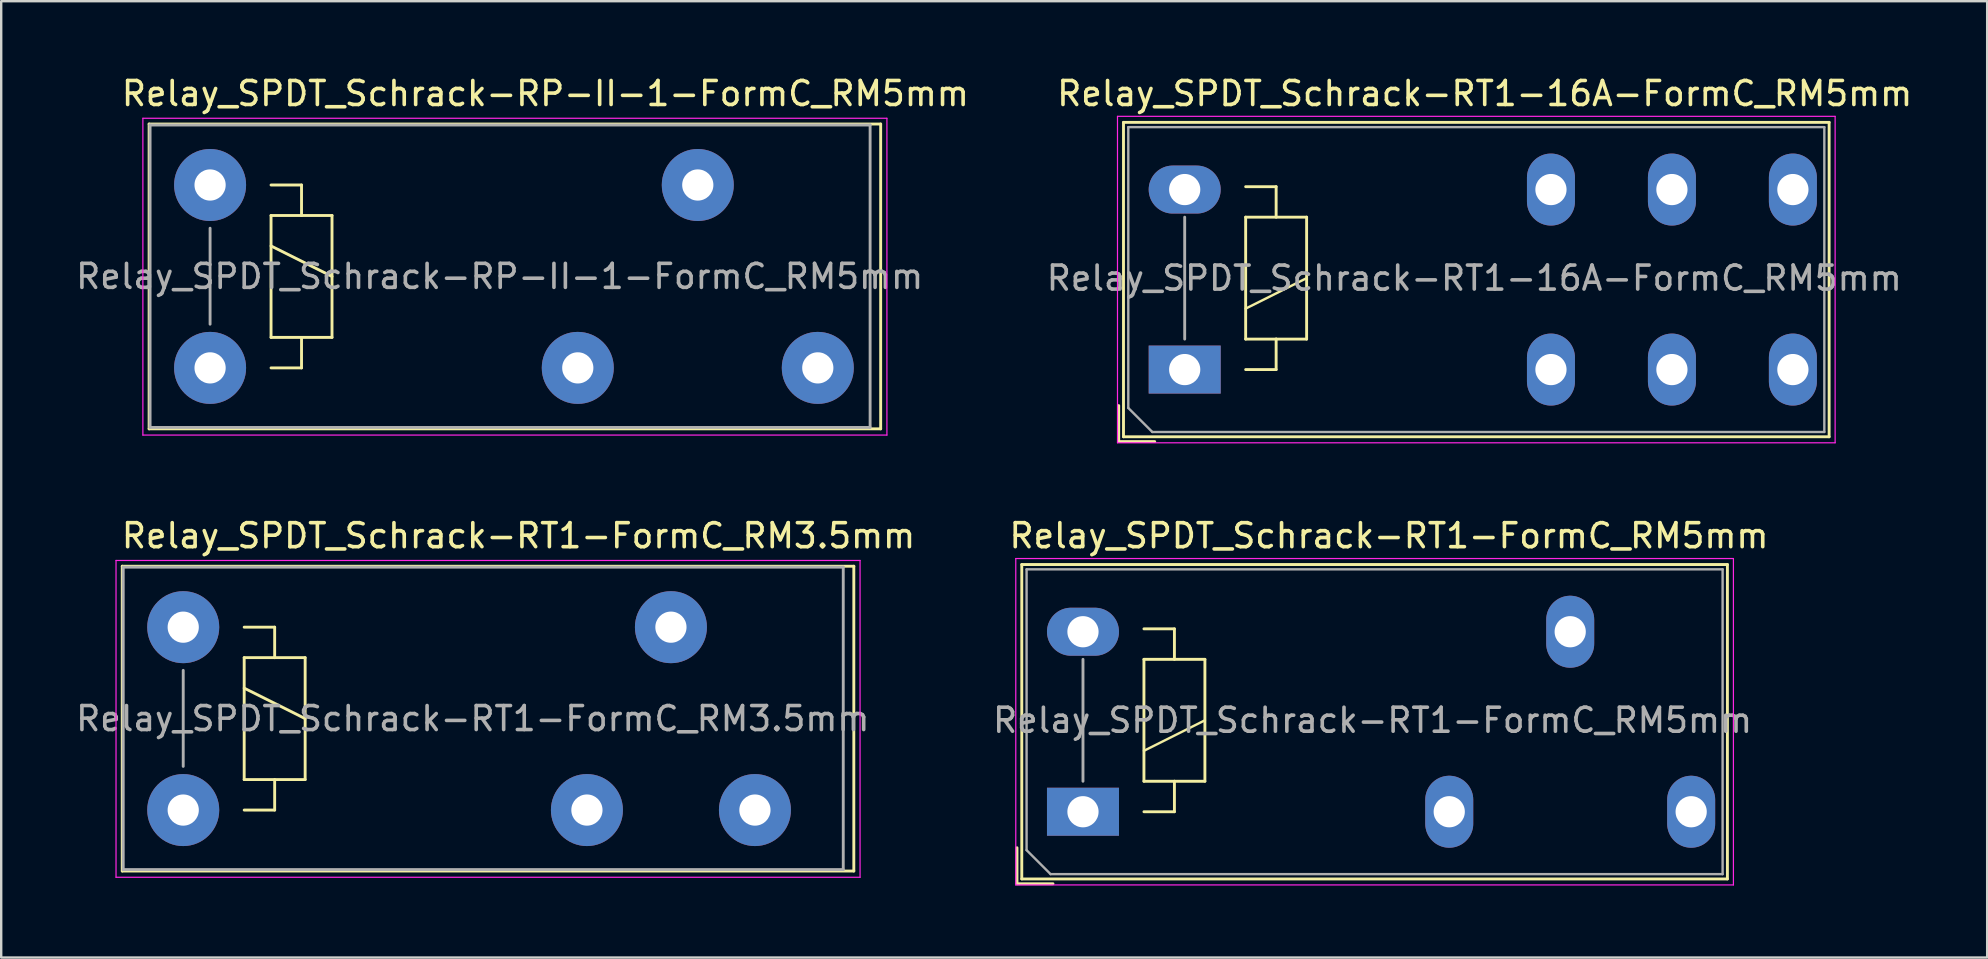
<source format=kicad_pcb>
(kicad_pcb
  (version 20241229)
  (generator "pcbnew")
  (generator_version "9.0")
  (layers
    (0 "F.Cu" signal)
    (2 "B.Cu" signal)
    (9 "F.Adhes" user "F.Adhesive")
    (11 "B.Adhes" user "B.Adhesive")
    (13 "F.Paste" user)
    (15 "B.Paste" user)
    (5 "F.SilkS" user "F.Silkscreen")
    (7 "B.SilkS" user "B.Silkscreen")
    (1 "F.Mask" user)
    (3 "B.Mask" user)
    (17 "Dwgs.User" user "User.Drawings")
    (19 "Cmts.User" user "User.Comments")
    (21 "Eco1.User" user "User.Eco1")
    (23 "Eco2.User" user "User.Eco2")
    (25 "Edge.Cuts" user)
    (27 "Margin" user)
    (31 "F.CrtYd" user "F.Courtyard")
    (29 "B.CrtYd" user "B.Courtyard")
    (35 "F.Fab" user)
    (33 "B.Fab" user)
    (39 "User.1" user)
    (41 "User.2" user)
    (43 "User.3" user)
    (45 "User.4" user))
  (footprint "Relay_SPDT_Schrack-RT1-16A-FormC_RM5mm"
    (layer "F.Cu")
    (at 46.31 12.348)
    (property "Reference" "Relay_SPDT_Schrack-RT1-16A-FormC_RM5mm" (at 12.5 -11.5 0) (layer "F.SilkS") (effects (font (size 1 1) (thickness 0.15))))
    (attr through_hole)
    (fp_line (start -2.75 1.5) (end -2.75 3) (stroke (width 0.12) (type solid)) (layer "F.SilkS"))
    (fp_line (start -2.75 3) (end -1.25 3) (stroke (width 0.12) (type solid)) (layer "F.SilkS"))
    (fp_line (start -2.55 -10.3) (end -2.55 2.8) (stroke (width 0.12) (type solid)) (layer "F.SilkS"))
    (fp_line (start -2.55 2.8) (end 26.85 2.8) (stroke (width 0.12) (type solid)) (layer "F.SilkS"))
    (fp_line (start 2.54 -6.35) (end 2.54 -1.27) (stroke (width 0.12) (type solid)) (layer "F.SilkS"))
    (fp_line (start 2.54 -2.54) (end 5.08 -3.81) (stroke (width 0.1) (type solid)) (layer "F.SilkS"))
    (fp_line (start 2.54 -1.27) (end 3.81 -1.27) (stroke (width 0.12) (type solid)) (layer "F.SilkS"))
    (fp_line (start 2.54 0) (end 3.81 0) (stroke (width 0.12) (type solid)) (layer "F.SilkS"))
    (fp_line (start 3.81 -7.62) (end 2.54 -7.62) (stroke (width 0.12) (type solid)) (layer "F.SilkS"))
    (fp_line (start 3.81 -6.35) (end 3.81 -7.62) (stroke (width 0.12) (type solid)) (layer "F.SilkS"))
    (fp_line (start 3.81 -1.27) (end 5.08 -1.27) (stroke (width 0.12) (type solid)) (layer "F.SilkS"))
    (fp_line (start 3.81 0) (end 3.81 -1.27) (stroke (width 0.12) (type solid)) (layer "F.SilkS"))
    (fp_line (start 5.08 -6.35) (end 2.54 -6.35) (stroke (width 0.12) (type solid)) (layer "F.SilkS"))
    (fp_line (start 5.08 -1.27) (end 5.08 -6.35) (stroke (width 0.12) (type solid)) (layer "F.SilkS"))
    (fp_line (start 26.85 -10.3) (end -2.55 -10.3) (stroke (width 0.12) (type solid)) (layer "F.SilkS"))
    (fp_line (start 26.85 2.8) (end 26.85 -10.3) (stroke (width 0.12) (type solid)) (layer "F.SilkS"))
    (fp_line (start -2.8 -10.55) (end -2.8 3.05) (stroke (width 0.05) (type solid)) (layer "F.CrtYd"))
    (fp_line (start -2.8 3.05) (end 27.1 3.05) (stroke (width 0.05) (type solid)) (layer "F.CrtYd"))
    (fp_line (start 27.1 -10.55) (end -2.8 -10.55) (stroke (width 0.05) (type solid)) (layer "F.CrtYd"))
    (fp_line (start 27.1 3.05) (end 27.1 -10.55) (stroke (width 0.05) (type solid)) (layer "F.CrtYd"))
    (fp_line (start -2.35 -10.1) (end -2.35 1.6) (stroke (width 0.1) (type solid)) (layer "F.Fab"))
    (fp_line (start -2.35 1.6) (end -1.35 2.6) (stroke (width 0.1) (type solid)) (layer "F.Fab"))
    (fp_line (start -1.35 2.6) (end 26.65 2.6) (stroke (width 0.1) (type solid)) (layer "F.Fab"))
    (fp_line (start 0 -1.27) (end 0 -6.35) (stroke (width 0.12) (type solid)) (layer "F.Fab"))
    (fp_line (start 26.65 -10.1) (end -2.35 -10.1) (stroke (width 0.1) (type solid)) (layer "F.Fab"))
    (fp_line (start 26.65 2.6) (end 26.65 -10.1) (stroke (width 0.1) (type solid)) (layer "F.Fab"))
    (fp_text user "${REFERENCE}" (at 12.065 -3.81 180) (layer "F.Fab") (effects (font (size 1 1) (thickness 0.15))))
    (pad "11" thru_hole oval (at 20.3 -7.5 180) (size 2 3) (drill 1.3) (layers "*.Cu" "*.Mask"))
    (pad "11" thru_hole oval (at 20.3 0 180) (size 2 3) (drill 1.3) (layers "*.Cu" "*.Mask"))
    (pad "12" thru_hole oval (at 15.26 -7.5 180) (size 2 3) (drill 1.3) (layers "*.Cu" "*.Mask"))
    (pad "12" thru_hole oval (at 15.26 0 180) (size 2 3) (drill 1.3) (layers "*.Cu" "*.Mask"))
    (pad "14" thru_hole oval (at 25.34 -7.5 180) (size 2 3) (drill 1.3) (layers "*.Cu" "*.Mask"))
    (pad "14" thru_hole oval (at 25.34 0 180) (size 2 3) (drill 1.3) (layers "*.Cu" "*.Mask"))
    (pad "A1" thru_hole rect (at 0 0 180) (size 3 2) (drill 1.3) (layers "*.Cu" "*.Mask"))
    (pad "A2" thru_hole oval (at 0 -7.5 180) (size 3 2) (drill 1.3) (layers "*.Cu" "*.Mask")))
  (footprint "Relay_SPDT_Schrack-RT1-FormC_RM5mm"
    (layer "F.Cu")
    (at 42.072 30.771)
    (property "Reference" "Relay_SPDT_Schrack-RT1-FormC_RM5mm" (at 12.75 -11.5 0) (layer "F.SilkS") (effects (font (size 1 1) (thickness 0.15))))
    (attr through_hole)
    (fp_line (start -2.75 1.5) (end -2.75 3) (stroke (width 0.12) (type solid)) (layer "F.SilkS"))
    (fp_line (start -2.75 3) (end -1.25 3) (stroke (width 0.12) (type solid)) (layer "F.SilkS"))
    (fp_line (start -2.55 -10.3) (end -2.55 2.8) (stroke (width 0.12) (type solid)) (layer "F.SilkS"))
    (fp_line (start -2.55 2.8) (end 26.85 2.8) (stroke (width 0.12) (type solid)) (layer "F.SilkS"))
    (fp_line (start 2.54 -6.35) (end 2.54 -1.27) (stroke (width 0.12) (type solid)) (layer "F.SilkS"))
    (fp_line (start 2.54 -2.54) (end 5.08 -3.81) (stroke (width 0.1) (type solid)) (layer "F.SilkS"))
    (fp_line (start 2.54 -1.27) (end 3.81 -1.27) (stroke (width 0.12) (type solid)) (layer "F.SilkS"))
    (fp_line (start 2.54 0) (end 3.81 0) (stroke (width 0.12) (type solid)) (layer "F.SilkS"))
    (fp_line (start 3.81 -7.62) (end 2.54 -7.62) (stroke (width 0.12) (type solid)) (layer "F.SilkS"))
    (fp_line (start 3.81 -6.35) (end 3.81 -7.62) (stroke (width 0.12) (type solid)) (layer "F.SilkS"))
    (fp_line (start 3.81 -1.27) (end 5.08 -1.27) (stroke (width 0.12) (type solid)) (layer "F.SilkS"))
    (fp_line (start 3.81 0) (end 3.81 -1.27) (stroke (width 0.12) (type solid)) (layer "F.SilkS"))
    (fp_line (start 5.08 -6.35) (end 2.54 -6.35) (stroke (width 0.12) (type solid)) (layer "F.SilkS"))
    (fp_line (start 5.08 -1.27) (end 5.08 -6.35) (stroke (width 0.12) (type solid)) (layer "F.SilkS"))
    (fp_line (start 26.85 -10.3) (end -2.55 -10.3) (stroke (width 0.12) (type solid)) (layer "F.SilkS"))
    (fp_line (start 26.85 2.8) (end 26.85 -10.3) (stroke (width 0.12) (type solid)) (layer "F.SilkS"))
    (fp_line (start -2.8 -10.55) (end -2.8 3.05) (stroke (width 0.05) (type solid)) (layer "F.CrtYd"))
    (fp_line (start -2.8 3.05) (end 27.1 3.05) (stroke (width 0.05) (type solid)) (layer "F.CrtYd"))
    (fp_line (start 27.1 -10.55) (end -2.8 -10.55) (stroke (width 0.05) (type solid)) (layer "F.CrtYd"))
    (fp_line (start 27.1 3.05) (end 27.1 -10.55) (stroke (width 0.05) (type solid)) (layer "F.CrtYd"))
    (fp_line (start -2.35 -10.1) (end -2.35 1.6) (stroke (width 0.1) (type solid)) (layer "F.Fab"))
    (fp_line (start -2.35 1.6) (end -1.35 2.6) (stroke (width 0.1) (type solid)) (layer "F.Fab"))
    (fp_line (start -1.35 2.6) (end 26.65 2.6) (stroke (width 0.1) (type solid)) (layer "F.Fab"))
    (fp_line (start 0 -1.27) (end 0 -6.35) (stroke (width 0.12) (type solid)) (layer "F.Fab"))
    (fp_line (start 26.65 -10.1) (end -2.35 -10.1) (stroke (width 0.1) (type solid)) (layer "F.Fab"))
    (fp_line (start 26.65 2.6) (end 26.65 -10.1) (stroke (width 0.1) (type solid)) (layer "F.Fab"))
    (fp_text user "${REFERENCE}" (at 12.065 -3.81 180) (layer "F.Fab") (effects (font (size 1 1) (thickness 0.15))))
    (pad "11" thru_hole oval (at 20.3 -7.5 180) (size 2 3) (drill 1.3) (layers "*.Cu" "*.Mask"))
    (pad "12" thru_hole oval (at 15.26 0 180) (size 2 3) (drill 1.3) (layers "*.Cu" "*.Mask"))
    (pad "14" thru_hole oval (at 25.34 0 180) (size 2 3) (drill 1.3) (layers "*.Cu" "*.Mask"))
    (pad "A1" thru_hole rect (at 0 0 180) (size 3 2) (drill 1.3) (layers "*.Cu" "*.Mask"))
    (pad "A2" thru_hole oval (at 0 -7.5 180) (size 3 2) (drill 1.3) (layers "*.Cu" "*.Mask")))
  (footprint "Relay_SPDT_Schrack-RP-II-1-FormC_RM5mm"
    (layer "F.Cu")
    (at 5.703 4.658)
    (property "Reference" "Relay_SPDT_Schrack-RP-II-1-FormC_RM5mm" (at 13.97 -3.81 0) (layer "F.SilkS") (effects (font (size 1 1) (thickness 0.15))))
    (attr through_hole)
    (fp_line (start -2.54 -2.54) (end 27.94 -2.54) (stroke (width 0.12) (type solid)) (layer "F.SilkS"))
    (fp_line (start -2.54 10.16) (end -2.54 -2.54) (stroke (width 0.12) (type solid)) (layer "F.SilkS"))
    (fp_line (start 2.54 0) (end 3.81 0) (stroke (width 0.12) (type solid)) (layer "F.SilkS"))
    (fp_line (start 2.54 1.27) (end 3.81 1.27) (stroke (width 0.12) (type solid)) (layer "F.SilkS"))
    (fp_line (start 2.54 2.54) (end 5.08 3.81) (stroke (width 0.12) (type solid)) (layer "F.SilkS"))
    (fp_line (start 2.54 6.35) (end 2.54 1.27) (stroke (width 0.12) (type solid)) (layer "F.SilkS"))
    (fp_line (start 3.81 0) (end 3.81 1.27) (stroke (width 0.12) (type solid)) (layer "F.SilkS"))
    (fp_line (start 3.81 1.27) (end 5.08 1.27) (stroke (width 0.12) (type solid)) (layer "F.SilkS"))
    (fp_line (start 3.81 6.35) (end 3.81 7.62) (stroke (width 0.12) (type solid)) (layer "F.SilkS"))
    (fp_line (start 3.81 7.62) (end 2.54 7.62) (stroke (width 0.12) (type solid)) (layer "F.SilkS"))
    (fp_line (start 5.08 1.27) (end 5.08 6.35) (stroke (width 0.12) (type solid)) (layer "F.SilkS"))
    (fp_line (start 5.08 6.35) (end 2.54 6.35) (stroke (width 0.12) (type solid)) (layer "F.SilkS"))
    (fp_line (start 27.94 -2.54) (end 27.94 10.16) (stroke (width 0.12) (type solid)) (layer "F.SilkS"))
    (fp_line (start 27.94 10.16) (end -2.54 10.16) (stroke (width 0.12) (type solid)) (layer "F.SilkS"))
    (fp_line (start -2.8 -2.78) (end 28.2 -2.78) (stroke (width 0.05) (type solid)) (layer "F.CrtYd"))
    (fp_line (start -2.8 10.42) (end -2.8 -2.78) (stroke (width 0.05) (type solid)) (layer "F.CrtYd"))
    (fp_line (start 28.2 -2.78) (end 28.2 10.42) (stroke (width 0.05) (type solid)) (layer "F.CrtYd"))
    (fp_line (start 28.2 10.42) (end -2.8 10.42) (stroke (width 0.05) (type solid)) (layer "F.CrtYd"))
    (fp_line (start -2.5 -2.5) (end 27.5 -2.5) (stroke (width 0.12) (type solid)) (layer "F.Fab"))
    (fp_line (start -2.5 10.1) (end -2.5 -2.5) (stroke (width 0.12) (type solid)) (layer "F.Fab"))
    (fp_line (start 0 1.8) (end 0 5.8) (stroke (width 0.12) (type solid)) (layer "F.Fab"))
    (fp_line (start 27.5 -2.5) (end 27.5 10.1) (stroke (width 0.12) (type solid)) (layer "F.Fab"))
    (fp_line (start 27.5 10.1) (end -2.5 10.1) (stroke (width 0.12) (type solid)) (layer "F.Fab"))
    (fp_text user "${REFERENCE}" (at 12.065 3.81 0) (layer "F.Fab") (effects (font (size 1 1) (thickness 0.15))))
    (pad "11" thru_hole circle (at 20.32 0) (size 3 3) (drill 1.3) (layers "*.Cu" "*.Mask"))
    (pad "12" thru_hole circle (at 15.32 7.62) (size 3 3) (drill 1.3) (layers "*.Cu" "*.Mask"))
    (pad "14" thru_hole circle (at 25.32 7.62) (size 3 3) (drill 1.3) (layers "*.Cu" "*.Mask"))
    (pad "A1" thru_hole circle (at 0 0) (size 3 3) (drill 1.3) (layers "*.Cu" "*.Mask"))
    (pad "A2" thru_hole circle (at 0 7.62) (size 3 3) (drill 1.3) (layers "*.Cu" "*.Mask")))
  (footprint "Relay_SPDT_Schrack-RT1-FormC_RM3.5mm"
    (layer "F.Cu")
    (at 4.584 23.081)
    (property "Reference" "Relay_SPDT_Schrack-RT1-FormC_RM3.5mm" (at 13.97 -3.81 0) (layer "F.SilkS") (effects (font (size 1 1) (thickness 0.15))))
    (attr through_hole)
    (fp_line (start -2.54 -2.54) (end 27.94 -2.54) (stroke (width 0.12) (type solid)) (layer "F.SilkS"))
    (fp_line (start -2.54 10.16) (end -2.54 -2.54) (stroke (width 0.12) (type solid)) (layer "F.SilkS"))
    (fp_line (start 2.54 0) (end 3.81 0) (stroke (width 0.12) (type solid)) (layer "F.SilkS"))
    (fp_line (start 2.54 1.27) (end 3.81 1.27) (stroke (width 0.12) (type solid)) (layer "F.SilkS"))
    (fp_line (start 2.54 2.54) (end 5.08 3.81) (stroke (width 0.12) (type solid)) (layer "F.SilkS"))
    (fp_line (start 2.54 6.35) (end 2.54 1.27) (stroke (width 0.12) (type solid)) (layer "F.SilkS"))
    (fp_line (start 3.81 0) (end 3.81 1.27) (stroke (width 0.12) (type solid)) (layer "F.SilkS"))
    (fp_line (start 3.81 1.27) (end 5.08 1.27) (stroke (width 0.12) (type solid)) (layer "F.SilkS"))
    (fp_line (start 3.81 6.35) (end 3.81 7.62) (stroke (width 0.12) (type solid)) (layer "F.SilkS"))
    (fp_line (start 3.81 7.62) (end 2.54 7.62) (stroke (width 0.12) (type solid)) (layer "F.SilkS"))
    (fp_line (start 5.08 1.27) (end 5.08 6.35) (stroke (width 0.12) (type solid)) (layer "F.SilkS"))
    (fp_line (start 5.08 6.35) (end 2.54 6.35) (stroke (width 0.12) (type solid)) (layer "F.SilkS"))
    (fp_line (start 27.94 -2.54) (end 27.94 10.16) (stroke (width 0.12) (type solid)) (layer "F.SilkS"))
    (fp_line (start 27.94 10.16) (end -2.54 10.16) (stroke (width 0.12) (type solid)) (layer "F.SilkS"))
    (fp_line (start -2.8 -2.78) (end 28.2 -2.78) (stroke (width 0.05) (type solid)) (layer "F.CrtYd"))
    (fp_line (start -2.8 10.42) (end -2.8 -2.78) (stroke (width 0.05) (type solid)) (layer "F.CrtYd"))
    (fp_line (start 28.2 -2.78) (end 28.2 10.42) (stroke (width 0.05) (type solid)) (layer "F.CrtYd"))
    (fp_line (start 28.2 10.42) (end -2.8 10.42) (stroke (width 0.05) (type solid)) (layer "F.CrtYd"))
    (fp_line (start -2.5 -2.5) (end 27.5 -2.5) (stroke (width 0.12) (type solid)) (layer "F.Fab"))
    (fp_line (start -2.5 10.1) (end -2.5 -2.5) (stroke (width 0.12) (type solid)) (layer "F.Fab"))
    (fp_line (start 0 1.8) (end 0 5.8) (stroke (width 0.12) (type solid)) (layer "F.Fab"))
    (fp_line (start 27.5 -2.5) (end 27.5 10.1) (stroke (width 0.12) (type solid)) (layer "F.Fab"))
    (fp_line (start 27.5 10.1) (end -2.5 10.1) (stroke (width 0.12) (type solid)) (layer "F.Fab"))
    (fp_text user "${REFERENCE}" (at 12.065 3.81 0) (layer "F.Fab") (effects (font (size 1 1) (thickness 0.15))))
    (pad "11" thru_hole circle (at 20.32 0) (size 3 3) (drill 1.3) (layers "*.Cu" "*.Mask"))
    (pad "12" thru_hole circle (at 16.82 7.62) (size 3 3) (drill 1.3) (layers "*.Cu" "*.Mask"))
    (pad "14" thru_hole circle (at 23.82 7.62) (size 3 3) (drill 1.3) (layers "*.Cu" "*.Mask"))
    (pad "A1" thru_hole circle (at 0 0) (size 3 3) (drill 1.3) (layers "*.Cu" "*.Mask"))
    (pad "A2" thru_hole circle (at 0 7.62) (size 3 3) (drill 1.3) (layers "*.Cu" "*.Mask")))
  (gr_rect
    (start -3 -3)
    (end 79.745 36.846)
    (stroke (width 0.1) (type default))
    (fill no)
    (layer "Edge.Cuts")))
</source>
